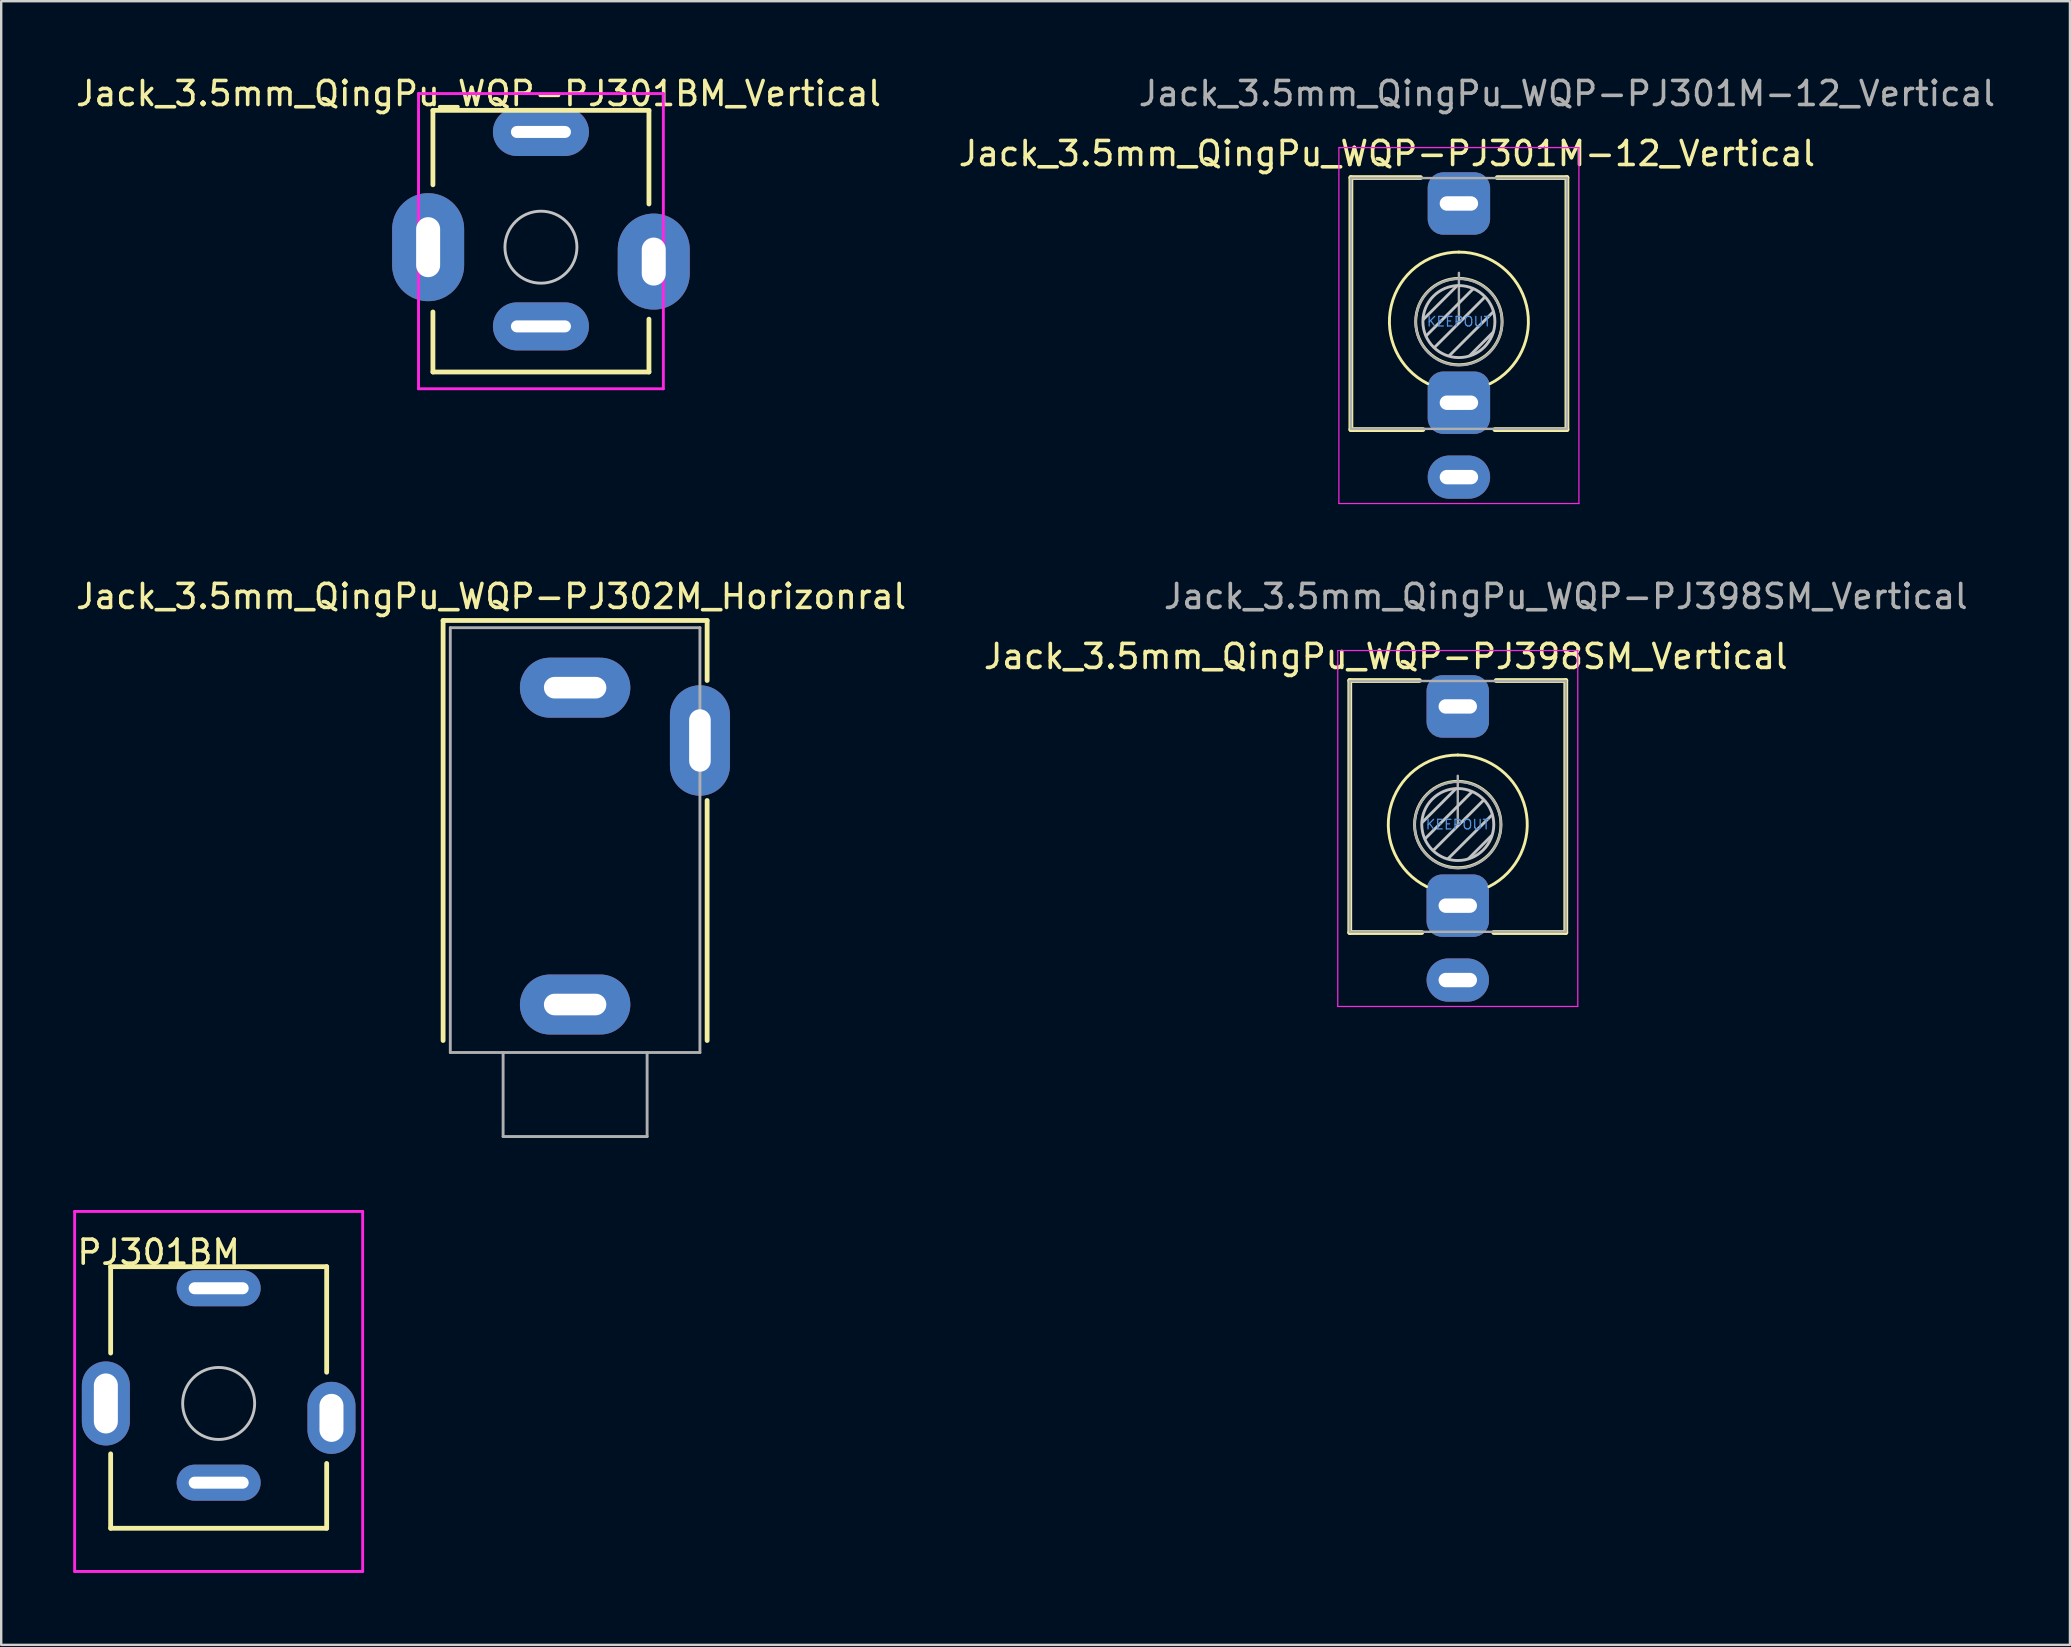
<source format=kicad_pcb>
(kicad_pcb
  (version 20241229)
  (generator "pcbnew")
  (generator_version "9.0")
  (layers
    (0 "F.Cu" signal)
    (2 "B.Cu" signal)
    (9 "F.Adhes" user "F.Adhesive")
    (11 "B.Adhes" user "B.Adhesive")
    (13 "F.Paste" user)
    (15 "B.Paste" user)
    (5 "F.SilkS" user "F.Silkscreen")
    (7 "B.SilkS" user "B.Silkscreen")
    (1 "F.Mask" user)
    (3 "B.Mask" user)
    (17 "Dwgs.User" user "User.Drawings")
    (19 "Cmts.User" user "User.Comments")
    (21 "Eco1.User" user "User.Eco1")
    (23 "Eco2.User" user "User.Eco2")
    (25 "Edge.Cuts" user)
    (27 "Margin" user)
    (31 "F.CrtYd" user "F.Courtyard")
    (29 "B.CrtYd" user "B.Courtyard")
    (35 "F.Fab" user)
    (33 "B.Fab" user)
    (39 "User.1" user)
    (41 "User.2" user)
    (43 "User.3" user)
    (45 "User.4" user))
  (footprint "Jack_3.5mm_QingPu_WQP-PJ398SM_Vertical"
    (layer "F.Cu")
    (at 57.685 31.302)
    (property "Reference" "Jack_3.5mm_QingPu_WQP-PJ398SM_Vertical" (at -3 -7 0) (layer "F.SilkS") (effects (font (size 1 1) (thickness 0.15))))
    (attr through_hole)
    (fp_line (start -4.5 -6) (end -1.6 -6) (stroke (width 0.2) (type solid)) (layer "F.SilkS"))
    (fp_line (start -4.5 4.5) (end -4.5 -6) (stroke (width 0.2) (type solid)) (layer "F.SilkS"))
    (fp_line (start -4.5 4.5) (end -1.5 4.5) (stroke (width 0.2) (type solid)) (layer "F.SilkS"))
    (fp_line (start 1.5 4.5) (end 4.5 4.5) (stroke (width 0.2) (type solid)) (layer "F.SilkS"))
    (fp_line (start 1.6 -6) (end 4.5 -6) (stroke (width 0.2) (type solid)) (layer "F.SilkS"))
    (fp_line (start 4.5 4.5) (end 4.5 -6) (stroke (width 0.2) (type solid)) (layer "F.SilkS"))
    (fp_arc (start -1.296263 2.588577) (mid -2.817353 -0.665994) (end 0 -2.895) (stroke (width 0.12) (type solid)) (layer "F.SilkS"))
    (fp_arc (start 0 -2.895) (mid 2.817353 -0.665994) (end 1.296263 2.588577) (stroke (width 0.12) (type solid)) (layer "F.SilkS"))
    (fp_circle (center 0 0) (end -1.8 0) (stroke (width 0.12) (type solid)) (fill no) (layer "F.SilkS"))
    (fp_line (start -0.09 -1.48) (end -1.48 -0.09) (stroke (width 0.12) (type solid)) (layer "Dwgs.User"))
    (fp_line (start 0.58 -1.35) (end -1.36 0.59) (stroke (width 0.12) (type solid)) (layer "Dwgs.User"))
    (fp_line (start 1.07 -1.01) (end -1.01 1.07) (stroke (width 0.12) (type solid)) (layer "Dwgs.User"))
    (fp_line (start 1.41 0.46) (end 0.46 1.41) (stroke (width 0.12) (type solid)) (layer "Dwgs.User"))
    (fp_line (start 1.42 -0.395) (end -0.4 1.42) (stroke (width 0.12) (type solid)) (layer "Dwgs.User"))
    (fp_circle (center 0 0) (end -1.5 0) (stroke (width 0.12) (type solid)) (fill no) (layer "Dwgs.User"))
    (fp_line (start -5 -7.25) (end -5 7.58) (stroke (width 0.05) (type solid)) (layer "F.CrtYd"))
    (fp_line (start -5 -7.25) (end 5 -7.25) (stroke (width 0.05) (type solid)) (layer "F.CrtYd"))
    (fp_line (start -5 7.58) (end 5 7.58) (stroke (width 0.05) (type solid)) (layer "F.CrtYd"))
    (fp_line (start 5 -7.25) (end 5 7.58) (stroke (width 0.05) (type solid)) (layer "F.CrtYd"))
    (fp_line (start -4.5 -5.98) (end -4.5 4.42) (stroke (width 0.1) (type solid)) (layer "F.Fab"))
    (fp_line (start -4.5 -5.98) (end 4.5 -5.98) (stroke (width 0.1) (type solid)) (layer "F.Fab"))
    (fp_line (start -4.5 4.47) (end 4.5 4.47) (stroke (width 0.1) (type solid)) (layer "F.Fab"))
    (fp_line (start 0 0) (end 0 -2.03) (stroke (width 0.1) (type solid)) (layer "F.Fab"))
    (fp_line (start 4.5 -5.98) (end 4.5 4.42) (stroke (width 0.1) (type solid)) (layer "F.Fab"))
    (fp_circle (center 0 0.02) (end -1.8 0.02) (stroke (width 0.1) (type solid)) (fill no) (layer "F.Fab"))
    (fp_text user "KEEPOUT" (at 0 0 180) (layer "Cmts.User") (effects (font (size 0.4 0.4) (thickness 0.051))))
    (fp_text user "${REFERENCE}" (at 4.5 -9.5 0) (layer "F.Fab") (effects (font (size 1 1) (thickness 0.15))))
    (pad "S" thru_hole oval (at 0 6.48) (size 2.6 1.8) (drill oval 1.6 0.6) (layers "*.Cu" "*.Mask"))
    (pad "T" thru_hole roundrect (at 0 -4.92) (size 2.6 2.6) (drill oval 1.6 0.6) (layers "*.Cu" "*.Mask") (roundrect_rratio 0.25))
    (pad "TN" thru_hole roundrect (at 0 3.38) (size 2.6 2.6) (drill oval 1.6 0.6) (layers "*.Cu" "*.Mask") (roundrect_rratio 0.25)))
  (footprint "Jack_3.5mm_QingPu_WQP-PJ301BM_Vertical"
    (layer "F.Cu")
    (at 19.487 7.248)
    (property "Reference" "Jack_3.5mm_QingPu_WQP-PJ301BM_Vertical" (at -2.6 -6.4 0) (layer "F.SilkS") (effects (font (size 1 1) (thickness 0.15))))
    (attr through_hole)
    (fp_line (start -4.5 -5.7) (end -4.5 -2.6) (stroke (width 0.2) (type solid)) (layer "F.SilkS"))
    (fp_line (start -4.5 -5.7) (end 4.5 -5.7) (stroke (width 0.2) (type solid)) (layer "F.SilkS"))
    (fp_line (start -4.5 5.2) (end -4.5 2.7) (stroke (width 0.2) (type solid)) (layer "F.SilkS"))
    (fp_line (start -4.5 5.2) (end 4.5 5.2) (stroke (width 0.2) (type solid)) (layer "F.SilkS"))
    (fp_line (start 4.5 -5.7) (end 4.5 -1.8) (stroke (width 0.2) (type solid)) (layer "F.SilkS"))
    (fp_line (start 4.5 5.2) (end 4.5 3) (stroke (width 0.2) (type solid)) (layer "F.SilkS"))
    (fp_circle (center 0 0) (end 1.5 0) (stroke (width 0.12) (type solid)) (fill no) (layer "Dwgs.User"))
    (fp_line (start -5.1 -6.4) (end 5.1 -6.4) (stroke (width 0.12) (type solid)) (layer "F.CrtYd"))
    (fp_line (start -5.1 5.9) (end -5.1 -6.4) (stroke (width 0.12) (type solid)) (layer "F.CrtYd"))
    (fp_line (start 5.1 -6.4) (end 5.1 5.9) (stroke (width 0.12) (type solid)) (layer "F.CrtYd"))
    (fp_line (start 5.1 5.9) (end -5.1 5.9) (stroke (width 0.12) (type solid)) (layer "F.CrtYd"))
    (pad "S" thru_hole oval (at -4.7 0 90) (size 4.5 3) (drill oval 2.5 1) (layers "*.Cu" "*.Mask"))
    (pad "S" thru_hole oval (at 4.7 0.6 90) (size 4 3) (drill oval 2 1) (layers "*.Cu" "*.Mask"))
    (pad "T" thru_hole oval (at 0 -4.8) (size 4 2) (drill oval 2.5 0.5) (layers "*.Cu" "*.Mask"))
    (pad "TN" thru_hole oval (at 0 3.3) (size 4 2) (drill oval 2.5 0.5) (layers "*.Cu" "*.Mask")))
  (footprint "Jack_3.5mm_QingPu_WQP-PJ302M_Horizonral"
    (layer "F.Cu")
    (at 20.911 40.801)
    (property "Reference" "Jack_3.5mm_QingPu_WQP-PJ302M_Horizonral" (at -3.5 -19 0) (layer "F.SilkS") (effects (font (size 1 1) (thickness 0.15))))
    (attr through_hole)
    (fp_line (start -5.5 -18) (end -5.5 -0.5) (stroke (width 0.2) (type solid)) (layer "F.SilkS"))
    (fp_line (start 5.5 -18) (end -5.5 -18) (stroke (width 0.2) (type solid)) (layer "F.SilkS"))
    (fp_line (start 5.5 -15.5) (end 5.5 -18) (stroke (width 0.2) (type solid)) (layer "F.SilkS"))
    (fp_line (start 5.5 -0.5) (end 5.5 -10.5) (stroke (width 0.2) (type solid)) (layer "F.SilkS"))
    (fp_line (start -5.2 -17.7) (end -5.2 0) (stroke (width 0.12) (type solid)) (layer "F.Fab"))
    (fp_line (start -5.2 0) (end 5.2 0) (stroke (width 0.12) (type solid)) (layer "F.Fab"))
    (fp_line (start -3 0) (end -3 3.5) (stroke (width 0.12) (type solid)) (layer "F.Fab"))
    (fp_line (start -3 3.5) (end 3 3.5) (stroke (width 0.12) (type solid)) (layer "F.Fab"))
    (fp_line (start 3 3.5) (end 3 0) (stroke (width 0.12) (type solid)) (layer "F.Fab"))
    (fp_line (start 5.2 -17.7) (end -5.2 -17.7) (stroke (width 0.12) (type solid)) (layer "F.Fab"))
    (fp_line (start 5.2 0) (end 5.2 -17.7) (stroke (width 0.12) (type solid)) (layer "F.Fab"))
    (pad "S" thru_hole oval (at 0 -2) (size 4.6 2.5) (drill oval 2.6 0.9) (layers "*.Cu" "*.Mask"))
    (pad "T" thru_hole oval (at 0 -15.2) (size 4.6 2.5) (drill oval 2.6 0.9) (layers "*.Cu" "*.Mask"))
    (pad "TN" thru_hole oval (at 5.2 -13 90) (size 4.6 2.5) (drill oval 2.6 0.9) (layers "*.Cu" "*.Mask")))
  (footprint "Jack_3.5mm_QingPu_WQP-PJ301M-12_Vertical"
    (layer "F.Cu")
    (at 57.732 10.348)
    (property "Reference" "Jack_3.5mm_QingPu_WQP-PJ301M-12_Vertical" (at -3 -7 0) (layer "F.SilkS") (effects (font (size 1 1) (thickness 0.15))))
    (attr through_hole)
    (fp_line (start -4.5 -6) (end -1.6 -6) (stroke (width 0.2) (type solid)) (layer "F.SilkS"))
    (fp_line (start -4.5 4.5) (end -4.5 -6) (stroke (width 0.2) (type solid)) (layer "F.SilkS"))
    (fp_line (start -4.5 4.5) (end -1.5 4.5) (stroke (width 0.2) (type solid)) (layer "F.SilkS"))
    (fp_line (start 1.5 4.5) (end 4.5 4.5) (stroke (width 0.2) (type solid)) (layer "F.SilkS"))
    (fp_line (start 1.6 -6) (end 4.5 -6) (stroke (width 0.2) (type solid)) (layer "F.SilkS"))
    (fp_line (start 4.5 4.5) (end 4.5 -6) (stroke (width 0.2) (type solid)) (layer "F.SilkS"))
    (fp_arc (start -1.296263 2.588577) (mid -2.817353 -0.665994) (end 0 -2.895) (stroke (width 0.12) (type solid)) (layer "F.SilkS"))
    (fp_arc (start 0 -2.895) (mid 2.817353 -0.665994) (end 1.296263 2.588577) (stroke (width 0.12) (type solid)) (layer "F.SilkS"))
    (fp_circle (center 0 0) (end -1.8 0) (stroke (width 0.12) (type solid)) (fill no) (layer "F.SilkS"))
    (fp_line (start -0.09 -1.48) (end -1.48 -0.09) (stroke (width 0.12) (type solid)) (layer "Dwgs.User"))
    (fp_line (start 0.58 -1.35) (end -1.36 0.59) (stroke (width 0.12) (type solid)) (layer "Dwgs.User"))
    (fp_line (start 1.07 -1.01) (end -1.01 1.07) (stroke (width 0.12) (type solid)) (layer "Dwgs.User"))
    (fp_line (start 1.41 0.46) (end 0.46 1.41) (stroke (width 0.12) (type solid)) (layer "Dwgs.User"))
    (fp_line (start 1.42 -0.395) (end -0.4 1.42) (stroke (width 0.12) (type solid)) (layer "Dwgs.User"))
    (fp_circle (center 0 0) (end -1.5 0) (stroke (width 0.12) (type solid)) (fill no) (layer "Dwgs.User"))
    (fp_line (start -5 -7.25) (end -5 7.58) (stroke (width 0.05) (type solid)) (layer "F.CrtYd"))
    (fp_line (start -5 -7.25) (end 5 -7.25) (stroke (width 0.05) (type solid)) (layer "F.CrtYd"))
    (fp_line (start -5 7.58) (end 5 7.58) (stroke (width 0.05) (type solid)) (layer "F.CrtYd"))
    (fp_line (start 5 -7.25) (end 5 7.58) (stroke (width 0.05) (type solid)) (layer "F.CrtYd"))
    (fp_line (start -4.5 -5.98) (end -4.5 4.42) (stroke (width 0.1) (type solid)) (layer "F.Fab"))
    (fp_line (start -4.5 -5.98) (end 4.5 -5.98) (stroke (width 0.1) (type solid)) (layer "F.Fab"))
    (fp_line (start -4.5 4.47) (end 4.5 4.47) (stroke (width 0.1) (type solid)) (layer "F.Fab"))
    (fp_line (start 0 0) (end 0 -2.03) (stroke (width 0.1) (type solid)) (layer "F.Fab"))
    (fp_line (start 4.5 -5.98) (end 4.5 4.42) (stroke (width 0.1) (type solid)) (layer "F.Fab"))
    (fp_circle (center 0 0.02) (end -1.8 0.02) (stroke (width 0.1) (type solid)) (fill no) (layer "F.Fab"))
    (fp_text user "KEEPOUT" (at 0 0 180) (layer "Cmts.User") (effects (font (size 0.4 0.4) (thickness 0.051))))
    (fp_text user "${REFERENCE}" (at 4.5 -9.5 0) (layer "F.Fab") (effects (font (size 1 1) (thickness 0.15))))
    (pad "S" thru_hole oval (at 0 6.48) (size 2.6 1.8) (drill oval 1.6 0.6) (layers "*.Cu" "*.Mask"))
    (pad "T" thru_hole roundrect (at 0 -4.92) (size 2.6 2.6) (drill oval 1.6 0.6) (layers "*.Cu" "*.Mask") (roundrect_rratio 0.25))
    (pad "TN" thru_hole roundrect (at 0 3.38) (size 2.6 2.6) (drill oval 1.6 0.6) (layers "*.Cu" "*.Mask") (roundrect_rratio 0.25)))
  (footprint "PJ301BM"
    (layer "F.Cu")
    (at 6.06 55.422)
    (property "Reference" "PJ301BM" (at -2.5 -6.3 0) (layer "F.SilkS") (effects (font (size 1 1) (thickness 0.15))))
    (attr through_hole)
    (fp_line (start -4.5 -5.7) (end -4.5 -2.1) (stroke (width 0.2) (type solid)) (layer "F.SilkS"))
    (fp_line (start -4.5 -5.7) (end 4.5 -5.7) (stroke (width 0.2) (type solid)) (layer "F.SilkS"))
    (fp_line (start -4.5 5.2) (end -4.5 2.1) (stroke (width 0.2) (type solid)) (layer "F.SilkS"))
    (fp_line (start -4.5 5.2) (end 4.5 5.2) (stroke (width 0.2) (type solid)) (layer "F.SilkS"))
    (fp_line (start 4.5 -5.7) (end 4.5 -1.3) (stroke (width 0.2) (type solid)) (layer "F.SilkS"))
    (fp_line (start 4.5 5.2) (end 4.5 2.5) (stroke (width 0.2) (type solid)) (layer "F.SilkS"))
    (fp_circle (center 0 0) (end 1.5 0) (stroke (width 0.12) (type solid)) (fill no) (layer "Dwgs.User"))
    (fp_line (start -6 -8) (end 6 -8) (stroke (width 0.12) (type solid)) (layer "F.CrtYd"))
    (fp_line (start -6 7) (end -6 -8) (stroke (width 0.12) (type solid)) (layer "F.CrtYd"))
    (fp_line (start 6 -8) (end 6 7) (stroke (width 0.12) (type solid)) (layer "F.CrtYd"))
    (fp_line (start 6 7) (end -6 7) (stroke (width 0.12) (type solid)) (layer "F.CrtYd"))
    (pad "R" thru_hole oval (at -4.7 0 90) (size 3.5 2) (drill oval 2.5 1) (layers "*.Cu" "*.Mask"))
    (pad "R" thru_hole oval (at 4.7 0.6 90) (size 3 2) (drill oval 2 1) (layers "*.Cu" "*.Mask"))
    (pad "T" thru_hole oval (at 0 -4.8) (size 3.5 1.5) (drill oval 2.5 0.5) (layers "*.Cu" "*.Mask"))
    (pad "TN" thru_hole oval (at 0 3.3) (size 3.5 1.5) (drill oval 2.5 0.5) (layers "*.Cu" "*.Mask")))
  (gr_rect
    (start -3 -3)
    (end 83.19 65.481)
    (stroke (width 0.1) (type default))
    (fill no)
    (layer "Edge.Cuts")))
</source>
